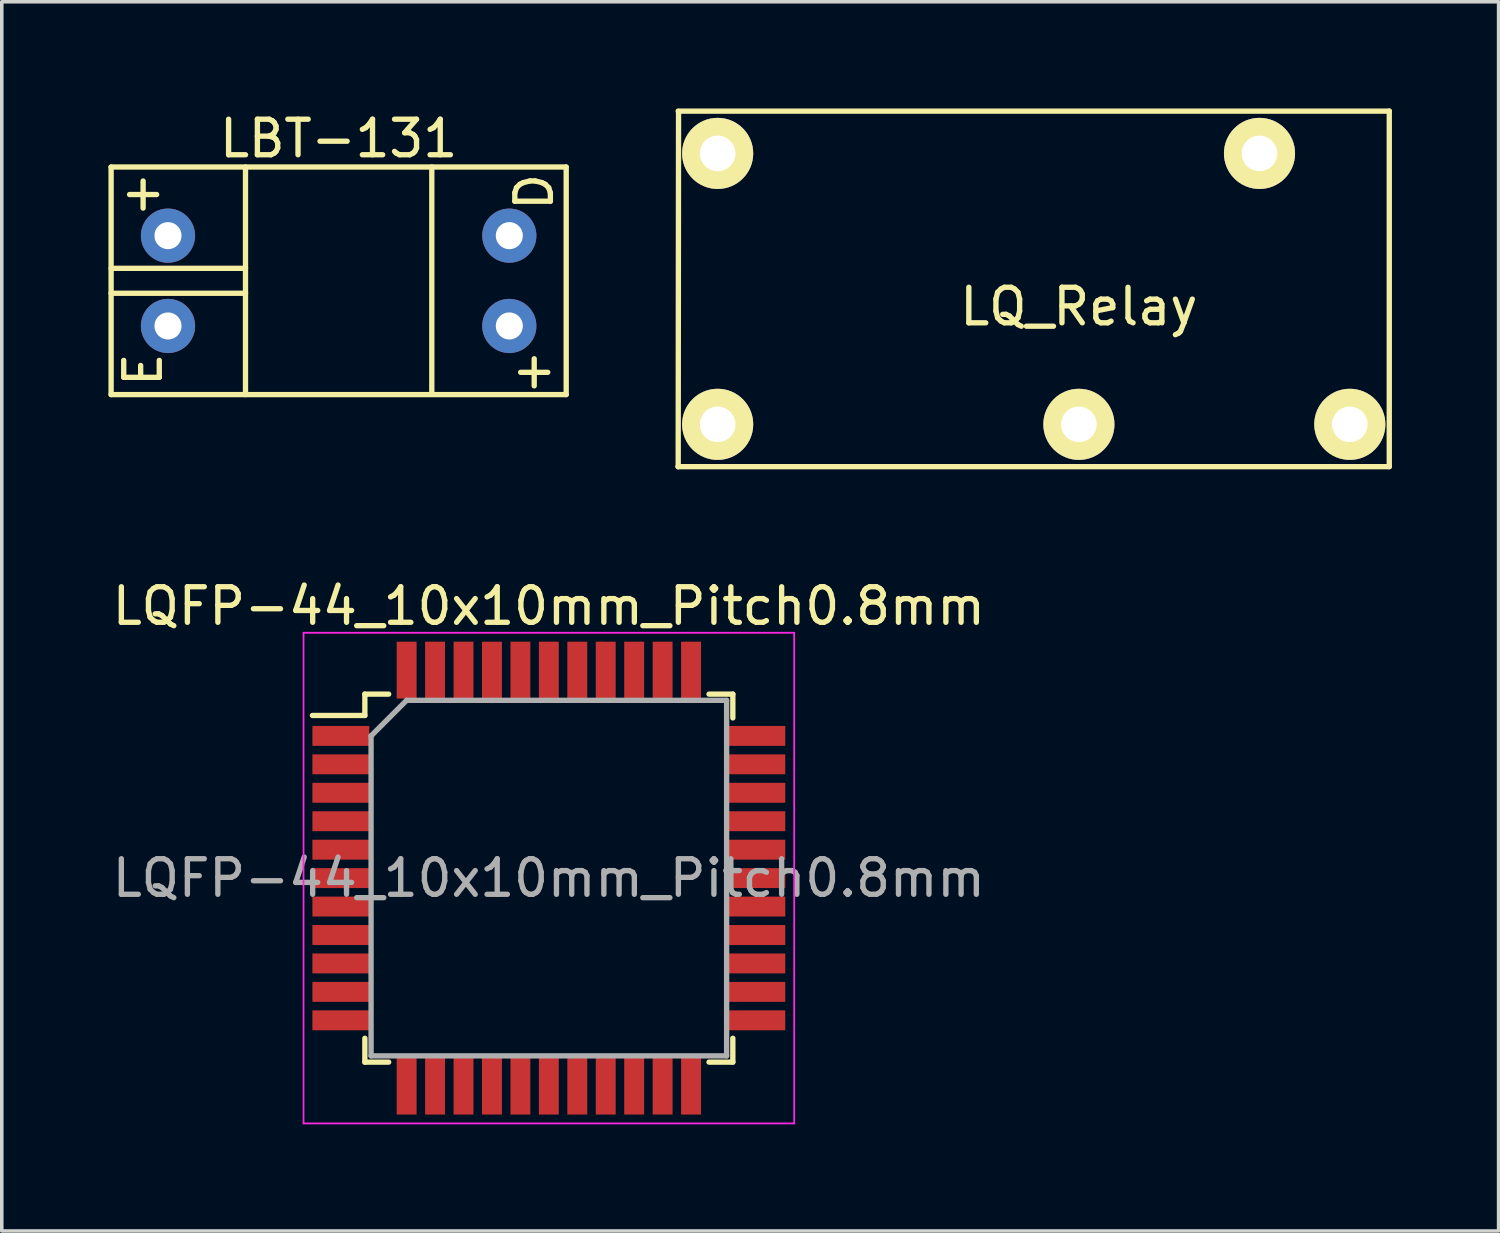
<source format=kicad_pcb>
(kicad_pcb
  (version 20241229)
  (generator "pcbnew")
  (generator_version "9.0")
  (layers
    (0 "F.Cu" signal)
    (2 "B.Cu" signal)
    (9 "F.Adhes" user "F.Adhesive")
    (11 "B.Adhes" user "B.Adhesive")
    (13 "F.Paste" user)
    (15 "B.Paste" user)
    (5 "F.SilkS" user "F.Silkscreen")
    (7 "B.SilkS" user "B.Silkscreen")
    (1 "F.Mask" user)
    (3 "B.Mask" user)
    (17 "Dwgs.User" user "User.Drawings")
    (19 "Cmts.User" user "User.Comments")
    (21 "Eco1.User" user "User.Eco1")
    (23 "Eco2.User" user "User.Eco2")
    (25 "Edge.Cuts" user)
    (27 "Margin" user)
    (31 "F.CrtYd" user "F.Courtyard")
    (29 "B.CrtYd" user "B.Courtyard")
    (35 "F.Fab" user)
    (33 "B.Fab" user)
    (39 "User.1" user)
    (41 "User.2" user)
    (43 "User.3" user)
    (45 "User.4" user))
  (footprint "LQ_Relay"
    (layer "F.Cu")
    (at 27.295 5.075)
    (property "Reference" "LQ_Relay" (at 0 0.5 0) (layer "F.SilkS") (effects (font (size 1 1) (thickness 0.15))))
    (attr through_hole)
    (fp_line (start -11.27 5) (end -11.26 4.99) (stroke (width 0.15) (type solid)) (layer "F.SilkS"))
    (fp_line (start -11.27 5) (end 8.73 5) (stroke (width 0.15) (type solid)) (layer "F.SilkS"))
    (fp_line (start -11.26 -4.99) (end -11.27 5) (stroke (width 0.15) (type solid)) (layer "F.SilkS"))
    (fp_line (start 8.73 -5) (end -11.27 -5) (stroke (width 0.15) (type solid)) (layer "F.SilkS"))
    (fp_line (start 8.73 5) (end 8.73 -5) (stroke (width 0.15) (type solid)) (layer "F.SilkS"))
    (pad "1" thru_hole circle (at -10.16 -3.81) (size 2 2) (drill 1) (layers "*.Cu" "*.Mask" "F.SilkS"))
    (pad "2" thru_hole circle (at -10.16 3.81) (size 2 2) (drill 1) (layers "*.Cu" "*.Mask" "F.SilkS"))
    (pad "3" thru_hole circle (at 0 3.81) (size 2 2) (drill 1) (layers "*.Cu" "*.Mask" "F.SilkS"))
    (pad "4" thru_hole circle (at 7.62 3.81) (size 2 2) (drill 1) (layers "*.Cu" "*.Mask" "F.SilkS"))
    (pad "5" thru_hole circle (at 5.08 -3.81) (size 2 2) (drill 1) (layers "*.Cu" "*.Mask" "F.SilkS")))
  (footprint "LBT-131"
    (layer "F.Cu")
    (at 6.475 4.848)
    (property "Reference" "LBT-131" (at 0 -4 0) (layer "F.SilkS") (effects (font (size 1 1) (thickness 0.15))))
    (attr through_hole)
    (fp_line (start -6.4 -3.2) (end 6.4 -3.2) (stroke (width 0.15) (type solid)) (layer "F.SilkS"))
    (fp_line (start -6.4 0.35) (end -2.62 0.35) (stroke (width 0.15) (type solid)) (layer "F.SilkS"))
    (fp_line (start -6.4 3.2) (end -6.4 -3.2) (stroke (width 0.15) (type solid)) (layer "F.SilkS"))
    (fp_line (start -2.62 -3.2) (end -2.62 3.2) (stroke (width 0.15) (type solid)) (layer "F.SilkS"))
    (fp_line (start -2.62 -0.35) (end -6.4 -0.35) (stroke (width 0.15) (type solid)) (layer "F.SilkS"))
    (fp_line (start 2.62 -3.2) (end 2.62 3.19) (stroke (width 0.15) (type solid)) (layer "F.SilkS"))
    (fp_line (start 6.4 -3.2) (end 6.4 3.2) (stroke (width 0.15) (type solid)) (layer "F.SilkS"))
    (fp_line (start 6.4 3.2) (end -6.4 3.2) (stroke (width 0.15) (type solid)) (layer "F.SilkS"))
    (fp_text user "+" (at -5.5 -2.5 0) (layer "F.SilkS") (effects (font (size 1 1) (thickness 0.15))))
    (fp_text user "+" (at 5.5 2.5 0) (layer "F.SilkS") (effects (font (size 1 1) (thickness 0.15))))
    (fp_text user "D" (at 5.5 -2.5 90) (layer "F.SilkS") (effects (font (size 1 1) (thickness 0.15))))
    (fp_text user "E" (at -5.5 2.5 90) (layer "F.SilkS") (effects (font (size 1 1) (thickness 0.15))))
    (pad "1" thru_hole circle (at -4.8 -1.27) (size 1.524 1.524) (drill 0.762) (layers "*.Cu" "*.Mask"))
    (pad "2" thru_hole circle (at -4.8 1.27) (size 1.524 1.524) (drill 0.762) (layers "*.Cu" "*.Mask"))
    (pad "3" thru_hole circle (at 4.8 -1.27) (size 1.524 1.524) (drill 0.762) (layers "*.Cu" "*.Mask"))
    (pad "4" thru_hole circle (at 4.8 1.27) (size 1.524 1.524) (drill 0.762) (layers "*.Cu" "*.Mask")))
  (footprint "LQFP-44_10x10mm_Pitch0.8mm"
    (layer "F.Cu")
    (at 12.387 21.648)
    (property "Reference" "LQFP-44_10x10mm_Pitch0.8mm" (at 0 -7.65 0) (layer "F.SilkS") (effects (font (size 1 1) (thickness 0.15))))
    (attr smd)
    (fp_line (start -5.175 -5.175) (end -5.175 -4.575) (stroke (width 0.15) (type solid)) (layer "F.SilkS"))
    (fp_line (start -5.175 -5.175) (end -4.505 -5.175) (stroke (width 0.15) (type solid)) (layer "F.SilkS"))
    (fp_line (start -5.175 -4.575) (end -6.65 -4.575) (stroke (width 0.15) (type solid)) (layer "F.SilkS"))
    (fp_line (start -5.175 5.175) (end -5.175 4.505) (stroke (width 0.15) (type solid)) (layer "F.SilkS"))
    (fp_line (start -5.175 5.175) (end -4.505 5.175) (stroke (width 0.15) (type solid)) (layer "F.SilkS"))
    (fp_line (start 5.175 -5.175) (end 4.505 -5.175) (stroke (width 0.15) (type solid)) (layer "F.SilkS"))
    (fp_line (start 5.175 -5.175) (end 5.175 -4.505) (stroke (width 0.15) (type solid)) (layer "F.SilkS"))
    (fp_line (start 5.175 5.175) (end 4.505 5.175) (stroke (width 0.15) (type solid)) (layer "F.SilkS"))
    (fp_line (start 5.175 5.175) (end 5.175 4.505) (stroke (width 0.15) (type solid)) (layer "F.SilkS"))
    (fp_line (start -6.9 -6.9) (end -6.9 6.9) (stroke (width 0.05) (type solid)) (layer "F.CrtYd"))
    (fp_line (start -6.9 -6.9) (end 6.9 -6.9) (stroke (width 0.05) (type solid)) (layer "F.CrtYd"))
    (fp_line (start -6.9 6.9) (end 6.9 6.9) (stroke (width 0.05) (type solid)) (layer "F.CrtYd"))
    (fp_line (start 6.9 -6.9) (end 6.9 6.9) (stroke (width 0.05) (type solid)) (layer "F.CrtYd"))
    (fp_line (start -5 -4) (end -4 -5) (stroke (width 0.15) (type solid)) (layer "F.Fab"))
    (fp_line (start -5 5) (end -5 -4) (stroke (width 0.15) (type solid)) (layer "F.Fab"))
    (fp_line (start -4 -5) (end 5 -5) (stroke (width 0.15) (type solid)) (layer "F.Fab"))
    (fp_line (start 5 -5) (end 5 5) (stroke (width 0.15) (type solid)) (layer "F.Fab"))
    (fp_line (start 5 5) (end -5 5) (stroke (width 0.15) (type solid)) (layer "F.Fab"))
    (fp_text user "${REFERENCE}" (at 0 0 0) (layer "F.Fab") (effects (font (size 1 1) (thickness 0.15))))
    (pad "1" smd rect (at -5.85 -4) (size 1.6 0.56) (layers "F.Cu" "F.Mask" "F.Paste"))
    (pad "2" smd rect (at -5.85 -3.2) (size 1.6 0.56) (layers "F.Cu" "F.Mask" "F.Paste"))
    (pad "3" smd rect (at -5.85 -2.4) (size 1.6 0.56) (layers "F.Cu" "F.Mask" "F.Paste"))
    (pad "4" smd rect (at -5.85 -1.6) (size 1.6 0.56) (layers "F.Cu" "F.Mask" "F.Paste"))
    (pad "5" smd rect (at -5.85 -0.8) (size 1.6 0.56) (layers "F.Cu" "F.Mask" "F.Paste"))
    (pad "6" smd rect (at -5.85 0) (size 1.6 0.56) (layers "F.Cu" "F.Mask" "F.Paste"))
    (pad "7" smd rect (at -5.85 0.8) (size 1.6 0.56) (layers "F.Cu" "F.Mask" "F.Paste"))
    (pad "8" smd rect (at -5.85 1.6) (size 1.6 0.56) (layers "F.Cu" "F.Mask" "F.Paste"))
    (pad "9" smd rect (at -5.85 2.4) (size 1.6 0.56) (layers "F.Cu" "F.Mask" "F.Paste"))
    (pad "10" smd rect (at -5.85 3.2) (size 1.6 0.56) (layers "F.Cu" "F.Mask" "F.Paste"))
    (pad "11" smd rect (at -5.85 4) (size 1.6 0.56) (layers "F.Cu" "F.Mask" "F.Paste"))
    (pad "12" smd rect (at -4 5.85 90) (size 1.6 0.56) (layers "F.Cu" "F.Mask" "F.Paste"))
    (pad "13" smd rect (at -3.2 5.85 90) (size 1.6 0.56) (layers "F.Cu" "F.Mask" "F.Paste"))
    (pad "14" smd rect (at -2.4 5.85 90) (size 1.6 0.56) (layers "F.Cu" "F.Mask" "F.Paste"))
    (pad "15" smd rect (at -1.6 5.85 90) (size 1.6 0.56) (layers "F.Cu" "F.Mask" "F.Paste"))
    (pad "16" smd rect (at -0.8 5.85 90) (size 1.6 0.56) (layers "F.Cu" "F.Mask" "F.Paste"))
    (pad "17" smd rect (at 0 5.85 90) (size 1.6 0.56) (layers "F.Cu" "F.Mask" "F.Paste"))
    (pad "18" smd rect (at 0.8 5.85 90) (size 1.6 0.56) (layers "F.Cu" "F.Mask" "F.Paste"))
    (pad "19" smd rect (at 1.6 5.85 90) (size 1.6 0.56) (layers "F.Cu" "F.Mask" "F.Paste"))
    (pad "20" smd rect (at 2.4 5.85 90) (size 1.6 0.56) (layers "F.Cu" "F.Mask" "F.Paste"))
    (pad "21" smd rect (at 3.2 5.85 90) (size 1.6 0.56) (layers "F.Cu" "F.Mask" "F.Paste"))
    (pad "22" smd rect (at 4 5.85 90) (size 1.6 0.56) (layers "F.Cu" "F.Mask" "F.Paste"))
    (pad "23" smd rect (at 5.85 4) (size 1.6 0.56) (layers "F.Cu" "F.Mask" "F.Paste"))
    (pad "24" smd rect (at 5.85 3.2) (size 1.6 0.56) (layers "F.Cu" "F.Mask" "F.Paste"))
    (pad "25" smd rect (at 5.85 2.4) (size 1.6 0.56) (layers "F.Cu" "F.Mask" "F.Paste"))
    (pad "26" smd rect (at 5.85 1.6) (size 1.6 0.56) (layers "F.Cu" "F.Mask" "F.Paste"))
    (pad "27" smd rect (at 5.85 0.8) (size 1.6 0.56) (layers "F.Cu" "F.Mask" "F.Paste"))
    (pad "28" smd rect (at 5.85 0) (size 1.6 0.56) (layers "F.Cu" "F.Mask" "F.Paste"))
    (pad "29" smd rect (at 5.85 -0.8) (size 1.6 0.56) (layers "F.Cu" "F.Mask" "F.Paste"))
    (pad "30" smd rect (at 5.85 -1.6) (size 1.6 0.56) (layers "F.Cu" "F.Mask" "F.Paste"))
    (pad "31" smd rect (at 5.85 -2.4) (size 1.6 0.56) (layers "F.Cu" "F.Mask" "F.Paste"))
    (pad "32" smd rect (at 5.85 -3.2) (size 1.6 0.56) (layers "F.Cu" "F.Mask" "F.Paste"))
    (pad "33" smd rect (at 5.85 -4) (size 1.6 0.56) (layers "F.Cu" "F.Mask" "F.Paste"))
    (pad "34" smd rect (at 4 -5.85 90) (size 1.6 0.56) (layers "F.Cu" "F.Mask" "F.Paste"))
    (pad "35" smd rect (at 3.2 -5.85 90) (size 1.6 0.56) (layers "F.Cu" "F.Mask" "F.Paste"))
    (pad "36" smd rect (at 2.4 -5.85 90) (size 1.6 0.56) (layers "F.Cu" "F.Mask" "F.Paste"))
    (pad "37" smd rect (at 1.6 -5.85 90) (size 1.6 0.56) (layers "F.Cu" "F.Mask" "F.Paste"))
    (pad "38" smd rect (at 0.8 -5.85 90) (size 1.6 0.56) (layers "F.Cu" "F.Mask" "F.Paste"))
    (pad "39" smd rect (at 0 -5.85 90) (size 1.6 0.56) (layers "F.Cu" "F.Mask" "F.Paste"))
    (pad "40" smd rect (at -0.8 -5.85 90) (size 1.6 0.56) (layers "F.Cu" "F.Mask" "F.Paste"))
    (pad "41" smd rect (at -1.6 -5.85 90) (size 1.6 0.56) (layers "F.Cu" "F.Mask" "F.Paste"))
    (pad "42" smd rect (at -2.4 -5.85 90) (size 1.6 0.56) (layers "F.Cu" "F.Mask" "F.Paste"))
    (pad "43" smd rect (at -3.2 -5.85 90) (size 1.6 0.56) (layers "F.Cu" "F.Mask" "F.Paste"))
    (pad "44" smd rect (at -4 -5.85 90) (size 1.6 0.56) (layers "F.Cu" "F.Mask" "F.Paste")))
  (gr_rect
    (start -3 -3)
    (end 39.1 31.573)
    (stroke (width 0.1) (type default))
    (fill no)
    (layer "Edge.Cuts")))
</source>
